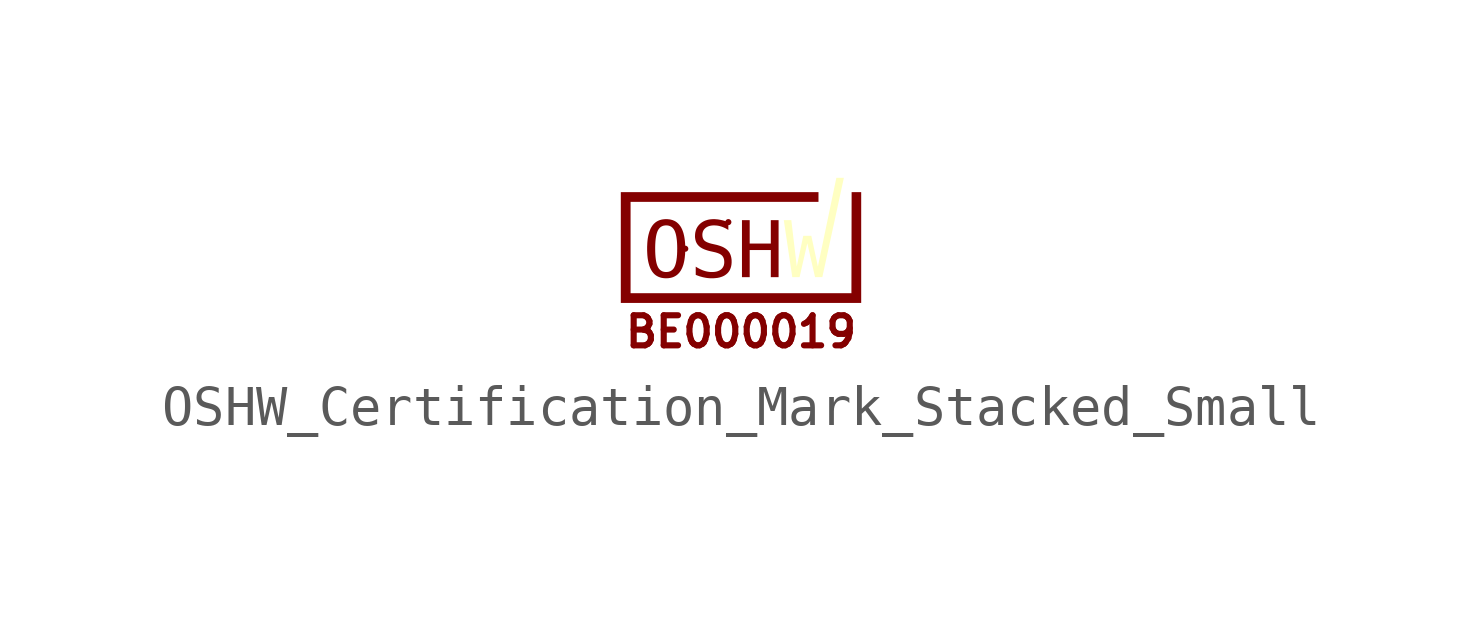
<source format=kicad_sym>
(kicad_symbol_lib
  (version 20231120)
  (generator "kicad_symbol_editor")
  (generator_version "8.0")
  (symbol "OSHW_Certification_Mark_Stacked_Small"
    (property "Reference" "LOGO"
      (at 0 0 0)
      (effects (font (size 1.27 1.27)) (hide yes)))
    (symbol "OSHW_Certification_Mark_Stacked_Small_1_1"
      (polyline (pts (xy -1.391 -0.214) (xy -1.391 -0.214) (xy -1.391 -0.214)) (stroke (width 0) (type default)) (fill (type outline)))
      (polyline (pts (xy -0.316 0.45) (xy -0.316 0.45) (xy -0.316 0.45)) (stroke (width 0) (type default)) (fill (type outline)))
      (polyline (pts (xy 3 -1.568) (xy -3 -1.568) (xy -3 1.199) (xy -3 1.199) (xy 1.934 1.199) (xy 1.934 0.955) (xy -2.756 0.955) (xy -2.756 -1.324) (xy 2.756 -1.324) (xy 2.761 1.199) (xy 3 1.199)) (stroke (width -0.0001) (type default)) (fill (type outline)))
      (polyline (pts (xy 0.217 -0.085) (xy 0.744 -0.085) (xy 0.744 0.499) (xy 0.938 0.499) (xy 0.938 -0.924) (xy 0.744 -0.924) (xy 0.744 -0.247) (xy 0.217 -0.247) (xy 0.217 -0.924) (xy 0.024 -0.924) (xy 0.024 0.499) (xy 0.217 0.499)) (stroke (width -0.0001) (type default)) (fill (type outline)))
      (polyline (pts (xy 2.03 -0.924) (xy 1.848 -0.924) (xy 1.655 -0.079) (xy 1.462 -0.924) (xy 1.28 -0.924) (xy 1.068 0.499) (xy 1.256 0.499) (xy 1.392 -0.656) (xy 1.554 0.108) (xy 1.755 0.108) (xy 1.919 -0.658) (xy 2.38 1.556) (xy 2.568 1.556)) (stroke (width -0.0001) (type default)) (fill (type background)))
      (polyline (pts (xy -1.838 0.524) (xy -1.809 0.521) (xy -1.782 0.518) (xy -1.755 0.513) (xy -1.729 0.506) (xy -1.704 0.499) (xy -1.681 0.489) (xy -1.658 0.479) (xy -1.636 0.467) (xy -1.615 0.453) (xy -1.595 0.438) (xy -1.576 0.421) (xy -1.558 0.404) (xy -1.541 0.384) (xy -1.525 0.363) (xy -1.509 0.341) (xy -1.495 0.318) (xy -1.482 0.293) (xy -1.469 0.266) (xy -1.458 0.238) (xy -1.447 0.208) (xy -1.437 0.177) (xy -1.429 0.145) (xy -1.421 0.111) (xy -1.414 0.075) (xy -1.408 0.039) (xy -1.403 0.0001) (xy -1.399 -0.04) (xy -1.395 -0.081) (xy -1.393 -0.124) (xy -1.392 -0.168) (xy -1.391 -0.214) (xy -1.392 -0.26) (xy -1.393 -0.304) (xy -1.395 -0.347) (xy -1.399 -0.388) (xy -1.403 -0.428) (xy -1.408 -0.466) (xy -1.414 -0.503) (xy -1.421 -0.539) (xy -1.429 -0.573) (xy -1.437 -0.605) (xy -1.447 -0.636) (xy -1.458 -0.666) (xy -1.469 -0.694) (xy -1.482 -0.72) (xy -1.495 -0.745) (xy -1.509 -0.769) (xy -1.517 -0.78) (xy -1.525 -0.791) (xy -1.532 -0.802) (xy -1.541 -0.812) (xy -1.549 -0.822) (xy -1.558 -0.831) (xy -1.567 -0.84) (xy -1.576 -0.849) (xy -1.585 -0.857) (xy -1.595 -0.865) (xy -1.605 -0.873) (xy -1.615 -0.88) (xy -1.625 -0.887) (xy -1.636 -0.894) (xy -1.647 -0.9) (xy -1.658 -0.906) (xy -1.669 -0.912) (xy -1.681 -0.917) (xy -1.692 -0.922) (xy -1.704 -0.926) (xy -1.717 -0.93) (xy -1.729 -0.934) (xy -1.742 -0.937) (xy -1.755 -0.94) (xy -1.768 -0.943) (xy -1.782 -0.945) (xy -1.809 -0.949) (xy -1.838 -0.951) (xy -1.868 -0.952) (xy -1.897 -0.951) (xy -1.926 -0.949) (xy -1.954 -0.945) (xy -1.981 -0.941) (xy -2.006 -0.934) (xy -2.031 -0.926) (xy -2.055 -0.917) (xy -2.078 -0.906) (xy -2.1 -0.894) (xy -2.121 -0.881) (xy -2.141 -0.866) (xy -2.16 -0.85) (xy -2.178 -0.832) (xy -2.195 -0.812) (xy -2.211 -0.792) (xy -2.226 -0.77) (xy -2.24 -0.746) (xy -2.254 -0.721) (xy -2.266 -0.695) (xy -2.277 -0.667) (xy -2.288 -0.637) (xy -2.297 -0.606) (xy -2.306 -0.574) (xy -2.314 -0.54) (xy -2.321 -0.504) (xy -2.327 -0.468) (xy -2.332 -0.429) (xy -2.336 -0.389) (xy -2.339 -0.348) (xy -2.341 -0.305) (xy -2.343 -0.26) (xy -2.343 -0.214) (xy -2.142 -0.214) (xy -2.141 -0.29) (xy -2.138 -0.359) (xy -2.133 -0.424) (xy -2.126 -0.482) (xy -2.122 -0.509) (xy -2.117 -0.535) (xy -2.112 -0.56) (xy -2.106 -0.583) (xy -2.1 -0.605) (xy -2.093 -0.625) (xy -2.086 -0.644) (xy -2.078 -0.661) (xy -2.07 -0.677) (xy -2.066 -0.685) (xy -2.061 -0.693) (xy -2.056 -0.7) (xy -2.051 -0.707) (xy -2.046 -0.714) (xy -2.041 -0.72) (xy -2.035 -0.726) (xy -2.03 -0.732) (xy -2.024 -0.738) (xy -2.018 -0.743) (xy -2.012 -0.748) (xy -2.006 -0.753) (xy -2 -0.758) (xy -1.993 -0.762) (xy -1.987 -0.766) (xy -1.98 -0.77) (xy -1.973 -0.773) (xy -1.966 -0.777) (xy -1.958 -0.78) (xy -1.951 -0.782) (xy -1.943 -0.785) (xy -1.936 -0.787) (xy -1.928 -0.789) (xy -1.92 -0.791) (xy -1.911 -0.792) (xy -1.903 -0.793) (xy -1.894 -0.794) (xy -1.886 -0.795) (xy -1.868 -0.795) (xy -1.85 -0.795) (xy -1.832 -0.793) (xy -1.816 -0.791) (xy -1.8 -0.787) (xy -1.784 -0.782) (xy -1.769 -0.777) (xy -1.755 -0.77) (xy -1.742 -0.762) (xy -1.729 -0.753) (xy -1.717 -0.743) (xy -1.705 -0.733) (xy -1.694 -0.721) (xy -1.684 -0.708) (xy -1.674 -0.693) (xy -1.665 -0.678) (xy -1.657 -0.662) (xy -1.649 -0.645) (xy -1.642 -0.626) (xy -1.635 -0.605) (xy -1.629 -0.584) (xy -1.623 -0.561) (xy -1.618 -0.536) (xy -1.613 -0.51) (xy -1.609 -0.483) (xy -1.605 -0.454) (xy -1.601 -0.424) (xy -1.599 -0.393) (xy -1.596 -0.36) (xy -1.595 -0.326) (xy -1.593 -0.29) (xy -1.593 -0.253) (xy -1.592 -0.214) (xy -1.593 -0.139) (xy -1.596 -0.069) (xy -1.601 -0.004) (xy -1.609 0.054) (xy -1.613 0.082) (xy -1.618 0.108) (xy -1.623 0.132) (xy -1.629 0.155) (xy -1.635 0.177) (xy -1.642 0.197) (xy -1.649 0.216) (xy -1.657 0.234) (xy -1.665 0.25) (xy -1.67 0.258) (xy -1.674 0.265) (xy -1.679 0.272) (xy -1.684 0.279) (xy -1.689 0.286) (xy -1.694 0.292) (xy -1.7 0.299) (xy -1.705 0.305) (xy -1.711 0.31) (xy -1.717 0.316) (xy -1.723 0.321) (xy -1.729 0.326) (xy -1.735 0.33) (xy -1.742 0.335) (xy -1.748 0.339) (xy -1.755 0.342) (xy -1.762 0.346) (xy -1.769 0.349) (xy -1.777 0.352) (xy -1.784 0.355) (xy -1.792 0.357) (xy -1.8 0.36) (xy -1.808 0.362) (xy -1.816 0.363) (xy -1.824 0.365) (xy -1.832 0.366) (xy -1.841 0.367) (xy -1.85 0.368) (xy -1.868 0.368) (xy -1.886 0.368) (xy -1.903 0.366) (xy -1.92 0.363) (xy -1.936 0.36) (xy -1.951 0.355) (xy -1.966 0.349) (xy -1.98 0.342) (xy -1.993 0.335) (xy -2.006 0.326) (xy -2.018 0.316) (xy -2.03 0.305) (xy -2.041 0.292) (xy -2.051 0.279) (xy -2.061 0.265) (xy -2.07 0.25) (xy -2.078 0.234) (xy -2.086 0.216) (xy -2.093 0.197) (xy -2.1 0.177) (xy -2.106 0.155) (xy -2.112 0.132) (xy -2.117 0.108) (xy -2.122 0.082) (xy -2.126 0.054) (xy -2.13 0.026) (xy -2.133 -0.004) (xy -2.136 -0.036) (xy -2.138 -0.069) (xy -2.14 -0.103) (xy -2.141 -0.139) (xy -2.142 -0.176) (xy -2.142 -0.214) (xy -2.343 -0.214) (xy -2.343 -0.168) (xy -2.341 -0.124) (xy -2.339 -0.081) (xy -2.336 -0.04) (xy -2.332 0.0001) (xy -2.327 0.039) (xy -2.321 0.075) (xy -2.314 0.111) (xy -2.306 0.145) (xy -2.297 0.177) (xy -2.288 0.208) (xy -2.277 0.238) (xy -2.266 0.266) (xy -2.254 0.293) (xy -2.24 0.318) (xy -2.226 0.341) (xy -2.219 0.353) (xy -2.211 0.363) (xy -2.203 0.374) (xy -2.195 0.384) (xy -2.186 0.394) (xy -2.178 0.404) (xy -2.169 0.413) (xy -2.159 0.421) (xy -2.15 0.43) (xy -2.14 0.438) (xy -2.131 0.446) (xy -2.12 0.453) (xy -2.11 0.46) (xy -2.099 0.467) (xy -2.088 0.473) (xy -2.077 0.479) (xy -2.066 0.484) (xy -2.055 0.489) (xy -2.043 0.494) (xy -2.031 0.499) (xy -2.018 0.503) (xy -2.006 0.506) (xy -1.993 0.51) (xy -1.98 0.513) (xy -1.954 0.518) (xy -1.926 0.521) (xy -1.897 0.524) (xy -1.868 0.524)) (stroke (width -0.0001) (type default)) (fill (type outline)))
      (polyline (pts (xy -0.658 0.524) (xy -0.638 0.523) (xy -0.616 0.521) (xy -0.595 0.519) (xy -0.573 0.517) (xy -0.551 0.513) (xy -0.529 0.509) (xy -0.507 0.505) (xy -0.484 0.5) (xy -0.461 0.495) (xy -0.437 0.489) (xy -0.414 0.482) (xy -0.39 0.475) (xy -0.365 0.467) (xy -0.341 0.459) (xy -0.316 0.45) (xy -0.316 0.254) (xy -0.338 0.268) (xy -0.36 0.281) (xy -0.382 0.293) (xy -0.404 0.304) (xy -0.426 0.314) (xy -0.448 0.323) (xy -0.47 0.332) (xy -0.492 0.339) (xy -0.514 0.346) (xy -0.536 0.352) (xy -0.558 0.357) (xy -0.58 0.361) (xy -0.603 0.364) (xy -0.625 0.366) (xy -0.647 0.367) (xy -0.67 0.368) (xy -0.686 0.368) (xy -0.703 0.367) (xy -0.719 0.366) (xy -0.734 0.364) (xy -0.749 0.362) (xy -0.764 0.359) (xy -0.778 0.356) (xy -0.791 0.352) (xy -0.805 0.348) (xy -0.818 0.343) (xy -0.83 0.338) (xy -0.842 0.332) (xy -0.853 0.326) (xy -0.864 0.319) (xy -0.875 0.312) (xy -0.885 0.304) (xy -0.894 0.296) (xy -0.903 0.287) (xy -0.912 0.279) (xy -0.919 0.27) (xy -0.927 0.26) (xy -0.933 0.251) (xy -0.939 0.24) (xy -0.944 0.23) (xy -0.949 0.219) (xy -0.953 0.208) (xy -0.956 0.196) (xy -0.959 0.184) (xy -0.961 0.172) (xy -0.963 0.16) (xy -0.964 0.147) (xy -0.964 0.133) (xy -0.964 0.122) (xy -0.963 0.111) (xy -0.962 0.1) (xy -0.961 0.089) (xy -0.959 0.079) (xy -0.957 0.069) (xy -0.954 0.059) (xy -0.951 0.05) (xy -0.948 0.041) (xy -0.944 0.033) (xy -0.94 0.025) (xy -0.935 0.017) (xy -0.93 0.01) (xy -0.925 0.003) (xy -0.919 -0.004) (xy -0.913 -0.011) (xy -0.906 -0.017) (xy -0.898 -0.023) (xy -0.89 -0.029) (xy -0.881 -0.034) (xy -0.871 -0.04) (xy -0.861 -0.045) (xy -0.85 -0.051) (xy -0.838 -0.056) (xy -0.825 -0.061) (xy -0.812 -0.066) (xy -0.798 -0.071) (xy -0.784 -0.076) (xy -0.768 -0.08) (xy -0.752 -0.085) (xy -0.736 -0.089) (xy -0.718 -0.093) (xy -0.617 -0.116) (xy -0.593 -0.122) (xy -0.569 -0.129) (xy -0.546 -0.136) (xy -0.524 -0.143) (xy -0.503 -0.151) (xy -0.482 -0.159) (xy -0.463 -0.167) (xy -0.444 -0.176) (xy -0.426 -0.186) (xy -0.409 -0.196) (xy -0.393 -0.206) (xy -0.378 -0.216) (xy -0.364 -0.227) (xy -0.35 -0.239) (xy -0.337 -0.251) (xy -0.326 -0.263) (xy -0.315 -0.276) (xy -0.304 -0.289) (xy -0.294 -0.303) (xy -0.285 -0.318) (xy -0.277 -0.333) (xy -0.27 -0.348) (xy -0.263 -0.364) (xy -0.257 -0.381) (xy -0.252 -0.399) (xy -0.247 -0.416) (xy -0.243 -0.435) (xy -0.24 -0.454) (xy -0.237 -0.473) (xy -0.235 -0.494) (xy -0.234 -0.514) (xy -0.234 -0.536) (xy -0.234 -0.561) (xy -0.236 -0.585) (xy -0.238 -0.608) (xy -0.242 -0.631) (xy -0.246 -0.653) (xy -0.252 -0.674) (xy -0.258 -0.695) (xy -0.266 -0.715) (xy -0.274 -0.734) (xy -0.283 -0.752) (xy -0.293 -0.769) (xy -0.305 -0.786) (xy -0.317 -0.802) (xy -0.33 -0.817) (xy -0.345 -0.832) (xy -0.36 -0.845) (xy -0.376 -0.858) (xy -0.393 -0.87) (xy -0.411 -0.882) (xy -0.43 -0.892) (xy -0.45 -0.902) (xy -0.47 -0.91) (xy -0.492 -0.918) (xy -0.514 -0.925) (xy -0.537 -0.932) (xy -0.562 -0.937) (xy -0.587 -0.942) (xy -0.613 -0.945) (xy -0.64 -0.948) (xy -0.667 -0.95) (xy -0.696 -0.952) (xy -0.726 -0.952) (xy -0.751 -0.952) (xy -0.776 -0.951) (xy -0.801 -0.949) (xy -0.826 -0.947) (xy -0.851 -0.944) (xy -0.876 -0.94) (xy -0.902 -0.935) (xy -0.927 -0.93) (xy -0.952 -0.925) (xy -0.977 -0.918) (xy -1.003 -0.911) (xy -1.028 -0.904) (xy -1.054 -0.895) (xy -1.079 -0.886) (xy -1.104 -0.877) (xy -1.13 -0.866) (xy -1.13 -0.661) (xy -1.103 -0.678) (xy -1.076 -0.694) (xy -1.049 -0.708) (xy -1.023 -0.722) (xy -0.998 -0.734) (xy -0.972 -0.745) (xy -0.948 -0.755) (xy -0.923 -0.763) (xy -0.898 -0.771) (xy -0.874 -0.778) (xy -0.849 -0.783) (xy -0.825 -0.788) (xy -0.8 -0.791) (xy -0.775 -0.794) (xy -0.751 -0.795) (xy -0.726 -0.796) (xy -0.708 -0.795) (xy -0.69 -0.795) (xy -0.673 -0.793) (xy -0.657 -0.792) (xy -0.641 -0.789) (xy -0.625 -0.787) (xy -0.611 -0.783) (xy -0.596 -0.78) (xy -0.582 -0.775) (xy -0.569 -0.77) (xy -0.556 -0.765) (xy -0.543 -0.759) (xy -0.532 -0.753) (xy -0.52 -0.746) (xy -0.509 -0.739) (xy -0.499 -0.731) (xy -0.489 -0.723) (xy -0.48 -0.714) (xy -0.471 -0.705) (xy -0.464 -0.695) (xy -0.456 -0.685) (xy -0.45 -0.674) (xy -0.444 -0.664) (xy -0.438 -0.652) (xy -0.433 -0.641) (xy -0.429 -0.629) (xy -0.426 -0.616) (xy -0.423 -0.603) (xy -0.421 -0.59) (xy -0.419 -0.577) (xy -0.418 -0.562) (xy -0.418 -0.548) (xy -0.418 -0.535) (xy -0.419 -0.522) (xy -0.42 -0.51) (xy -0.421 -0.498) (xy -0.423 -0.486) (xy -0.426 -0.475) (xy -0.429 -0.464) (xy -0.432 -0.454) (xy -0.436 -0.444) (xy -0.44 -0.434) (xy -0.445 -0.425) (xy -0.45 -0.416) (xy -0.455 -0.408) (xy -0.461 -0.4) (xy -0.467 -0.392) (xy -0.474 -0.385) (xy -0.481 -0.378) (xy -0.489 -0.371) (xy -0.498 -0.365) (xy -0.507 -0.358) (xy -0.517 -0.352) (xy -0.527 -0.346) (xy -0.538 -0.341) (xy -0.55 -0.335) (xy -0.563 -0.33) (xy -0.576 -0.325) (xy -0.589 -0.32) (xy -0.604 -0.315) (xy -0.619 -0.311) (xy -0.634 -0.306) (xy -0.651 -0.302) (xy -0.668 -0.298) (xy -0.771 -0.275) (xy -0.795 -0.269) (xy -0.818 -0.263) (xy -0.841 -0.256) (xy -0.863 -0.249) (xy -0.884 -0.242) (xy -0.904 -0.234) (xy -0.923 -0.227) (xy -0.942 -0.218) (xy -0.959 -0.21) (xy -0.976 -0.201) (xy -0.992 -0.191) (xy -1.007 -0.182) (xy -1.021 -0.172) (xy -1.034 -0.161) (xy -1.047 -0.15) (xy -1.058 -0.139) (xy -1.069 -0.128) (xy -1.079 -0.116) (xy -1.089 -0.103) (xy -1.098 -0.09) (xy -1.106 -0.076) (xy -1.113 -0.063) (xy -1.12 -0.048) (xy -1.126 -0.033) (xy -1.131 -0.018) (xy -1.135 -0.002) (xy -1.139 0.015) (xy -1.142 0.032) (xy -1.145 0.049) (xy -1.147 0.067) (xy -1.148 0.085) (xy -1.148 0.104) (xy -1.147 0.127) (xy -1.146 0.15) (xy -1.143 0.173) (xy -1.14 0.194) (xy -1.135 0.215) (xy -1.13 0.236) (xy -1.123 0.256) (xy -1.116 0.275) (xy -1.108 0.294) (xy -1.098 0.312) (xy -1.088 0.33) (xy -1.076 0.347) (xy -1.064 0.363) (xy -1.05 0.379) (xy -1.036 0.394) (xy -1.02 0.409) (xy -1.004 0.423) (xy -0.987 0.436) (xy -0.969 0.448) (xy -0.951 0.459) (xy -0.932 0.47) (xy -0.912 0.479) (xy -0.892 0.488) (xy -0.871 0.495) (xy -0.849 0.502) (xy -0.827 0.508) (xy -0.804 0.513) (xy -0.78 0.517) (xy -0.756 0.52) (xy -0.731 0.522) (xy -0.705 0.524) (xy -0.679 0.524)) (stroke (width -0.0001) (type default)) (fill (type outline)))
      (text "BE000019" (at 0 -2.286 0) (effects (font (face "KiCad Font") (size 0.75 0.75)))))))
</source>
